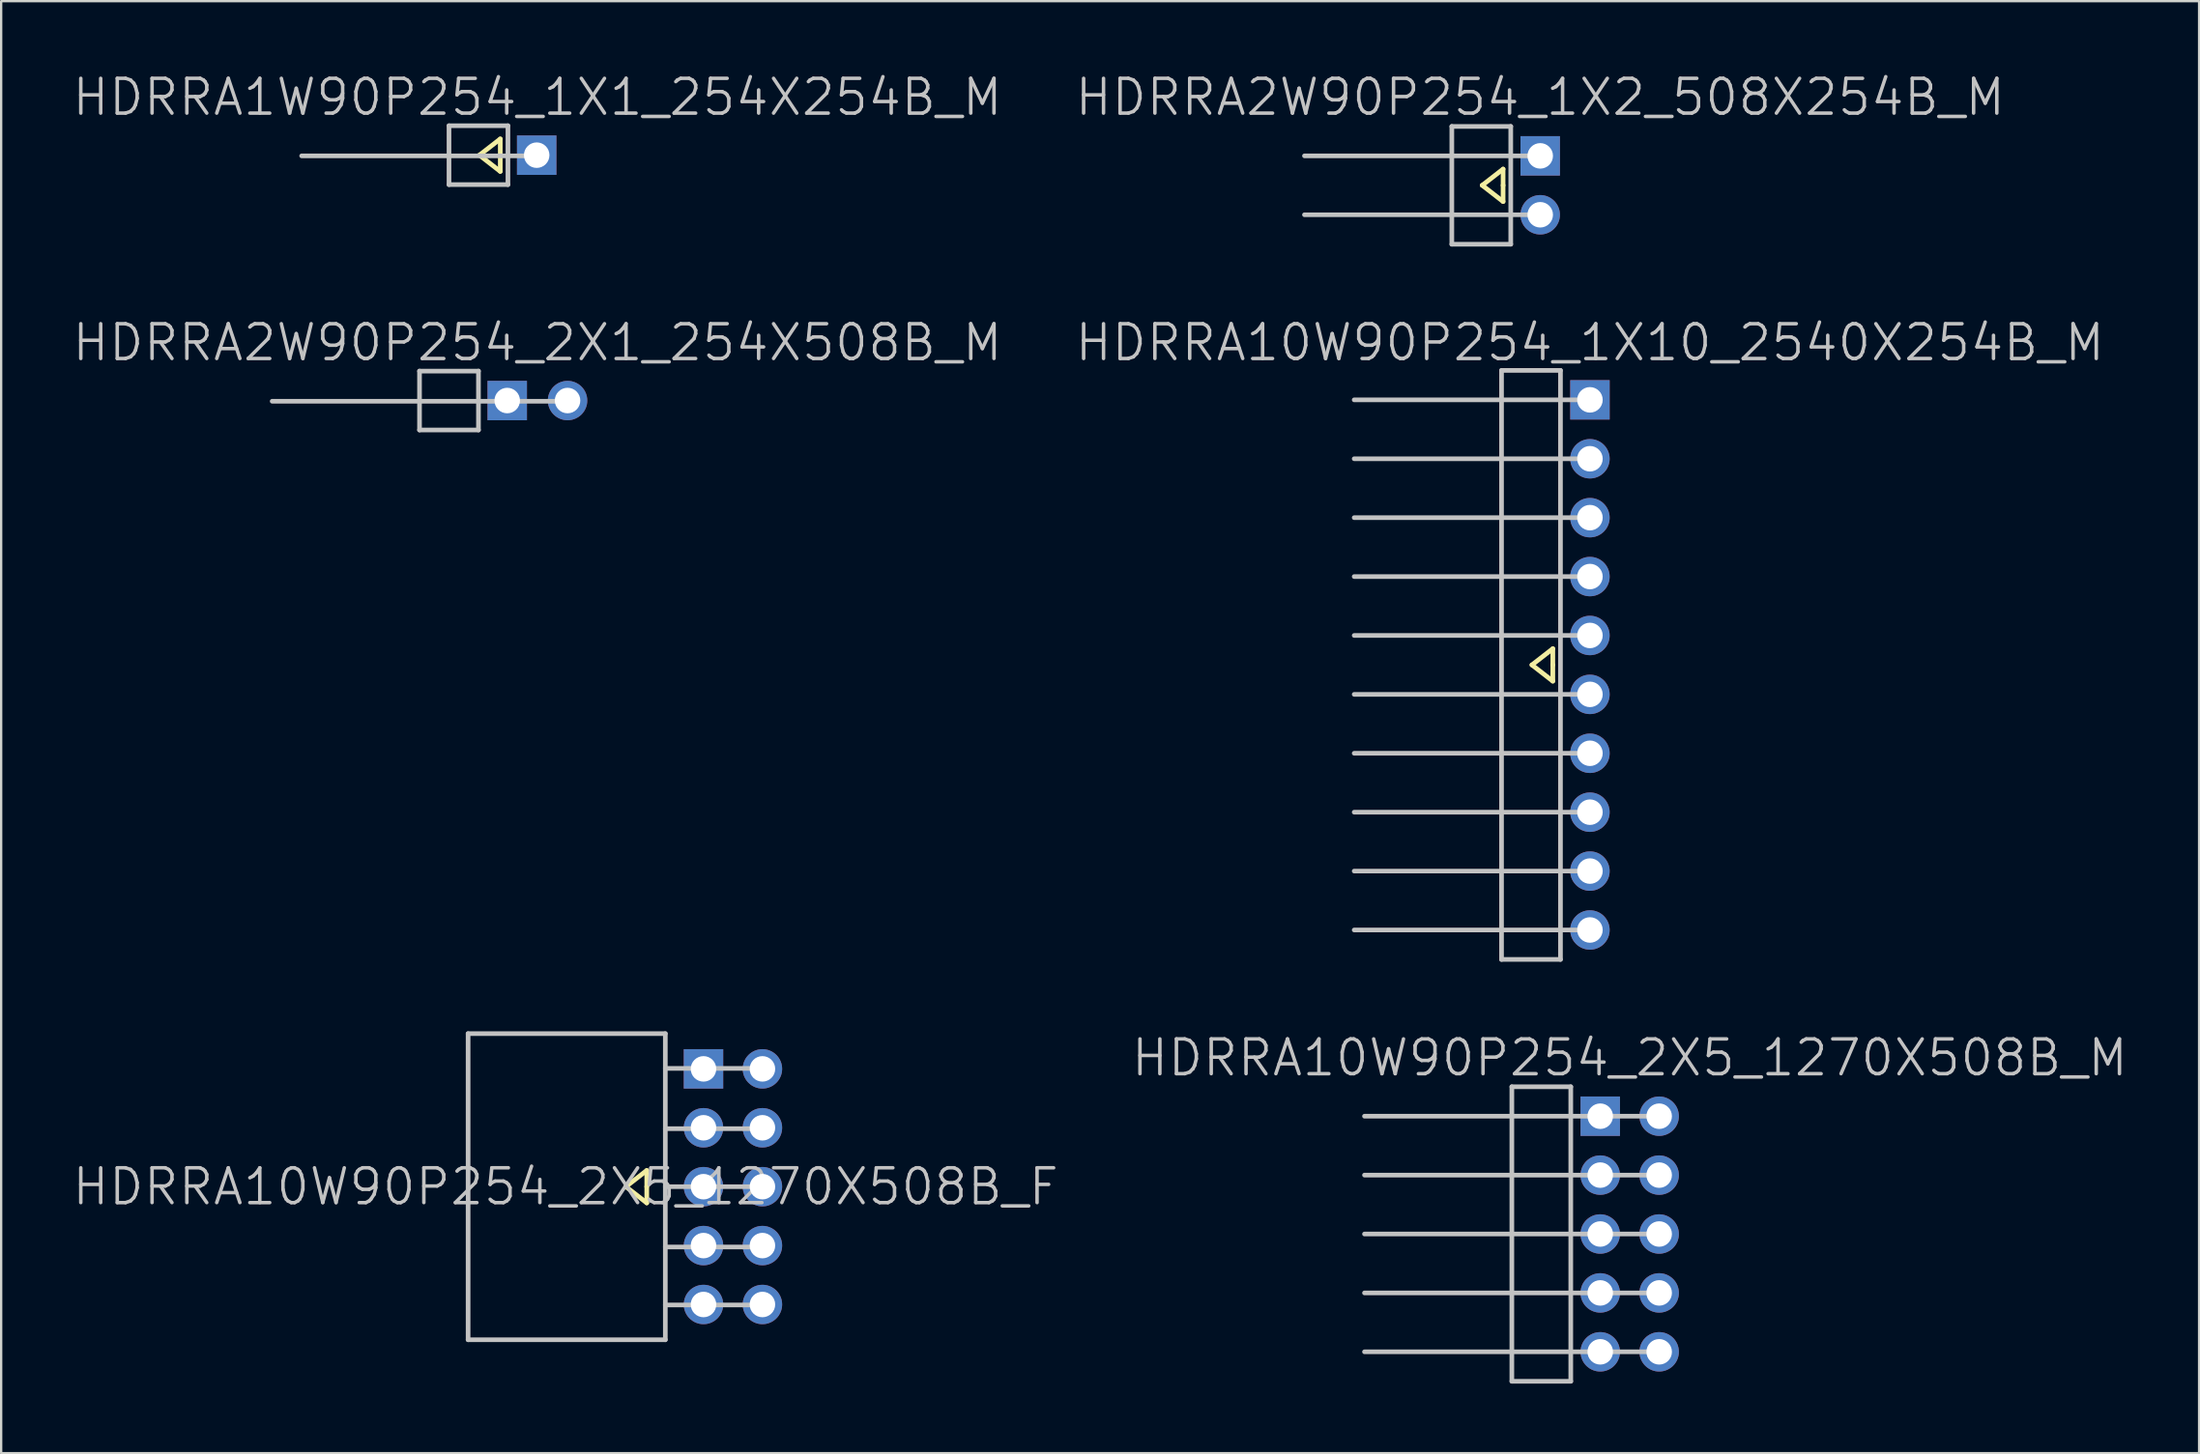
<source format=kicad_pcb>
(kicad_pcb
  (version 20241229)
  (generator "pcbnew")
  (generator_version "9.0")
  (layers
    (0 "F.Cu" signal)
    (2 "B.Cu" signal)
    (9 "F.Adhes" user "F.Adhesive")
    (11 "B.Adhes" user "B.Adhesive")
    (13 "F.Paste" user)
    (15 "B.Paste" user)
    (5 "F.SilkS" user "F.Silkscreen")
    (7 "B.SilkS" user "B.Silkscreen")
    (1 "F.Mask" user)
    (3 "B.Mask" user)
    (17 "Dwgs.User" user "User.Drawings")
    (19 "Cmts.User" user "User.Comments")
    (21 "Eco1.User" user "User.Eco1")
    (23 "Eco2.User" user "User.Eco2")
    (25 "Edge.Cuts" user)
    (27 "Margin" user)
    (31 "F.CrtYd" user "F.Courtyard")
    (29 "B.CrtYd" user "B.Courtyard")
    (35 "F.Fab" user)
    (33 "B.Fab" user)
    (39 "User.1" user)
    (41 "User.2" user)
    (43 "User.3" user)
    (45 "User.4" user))
  (footprint "HDRRA2W90P254_1X2_508X254B_M"
    (layer "F.Cu")
    (at 63.332 4.941)
    (property "Reference" "HDRRA2W90P254_1X2_508X254B_M" (at 0 -3.8 180) (layer "Dwgs.User") (effects (font (size 1.5 1.5) (thickness 0.15))))
    (attr through_hole)
    (fp_line (start -2.5 0) (end -1.6 0.7) (stroke (width 0.2) (type solid)) (layer "F.SilkS"))
    (fp_line (start -1.6 -0.7) (end -2.5 0) (stroke (width 0.2) (type solid)) (layer "F.SilkS"))
    (fp_line (start -1.6 0) (end -1.6 -0.7) (stroke (width 0.2) (type solid)) (layer "F.SilkS"))
    (fp_line (start -1.6 0.7) (end -1.6 0) (stroke (width 0.2) (type solid)) (layer "F.SilkS"))
    (fp_line (start -3.81 -2.54) (end -3.81 2.54) (stroke (width 0.2) (type solid)) (layer "Dwgs.User"))
    (fp_line (start -3.81 -2.54) (end -1.27 -2.54) (stroke (width 0.2) (type solid)) (layer "Dwgs.User"))
    (fp_line (start -3.81 2.54) (end -1.27 2.54) (stroke (width 0.2) (type solid)) (layer "Dwgs.User"))
    (fp_line (start -1.27 2.54) (end -1.27 -2.54) (stroke (width 0.2) (type solid)) (layer "Dwgs.User"))
    (fp_line (start 0 -1.27) (end -10.16 -1.27) (stroke (width 0.2) (type solid)) (layer "Dwgs.User"))
    (fp_line (start 0 1.27) (end -10.16 1.27) (stroke (width 0.2) (type solid)) (layer "Dwgs.User"))
    (pad "1" thru_hole rect (at 0 -1.27) (size 1.7 1.7) (drill 1.1) (layers "*.Cu" "*.Mask"))
    (pad "2" thru_hole circle (at 0 1.27 270) (size 1.7 1.7) (drill 1.1) (layers "*.Cu" "*.Mask")))
  (footprint "HDRRA10W90P254_2X5_1270X508B_M"
    (layer "F.Cu")
    (at 67.189 50.162)
    (property "Reference" "HDRRA10W90P254_2X5_1270X508B_M" (at 0 -7.6 180) (layer "Dwgs.User") (effects (font (size 1.5 1.5) (thickness 0.15))))
    (attr through_hole)
    (fp_line (start -11.43 0) (end 1.27 0) (stroke (width 0.2) (type solid)) (layer "Dwgs.User"))
    (fp_line (start -5.08 -6.35) (end -2.54 -6.35) (stroke (width 0.2) (type solid)) (layer "Dwgs.User"))
    (fp_line (start -5.08 6.35) (end -5.08 -6.35) (stroke (width 0.2) (type solid)) (layer "Dwgs.User"))
    (fp_line (start -2.54 -6.35) (end -2.54 6.35) (stroke (width 0.2) (type solid)) (layer "Dwgs.User"))
    (fp_line (start -2.54 6.35) (end -5.08 6.35) (stroke (width 0.2) (type solid)) (layer "Dwgs.User"))
    (fp_line (start 1.27 -5.08) (end -11.43 -5.08) (stroke (width 0.2) (type solid)) (layer "Dwgs.User"))
    (fp_line (start 1.27 -2.54) (end -11.43 -2.54) (stroke (width 0.2) (type solid)) (layer "Dwgs.User"))
    (fp_line (start 1.27 2.54) (end -11.43 2.54) (stroke (width 0.2) (type solid)) (layer "Dwgs.User"))
    (fp_line (start 1.27 5.08) (end -11.43 5.08) (stroke (width 0.2) (type solid)) (layer "Dwgs.User"))
    (pad "1" thru_hole rect (at -1.27 -5.08) (size 1.7 1.7) (drill 1.1) (layers "*.Cu" "*.Mask"))
    (pad "2" thru_hole circle (at 1.27 -5.08 270) (size 1.7 1.7) (drill 1.1) (layers "*.Cu" "*.Mask"))
    (pad "3" thru_hole circle (at -1.27 -2.54 270) (size 1.7 1.7) (drill 1.1) (layers "*.Cu" "*.Mask"))
    (pad "4" thru_hole circle (at 1.27 -2.54 270) (size 1.7 1.7) (drill 1.1) (layers "*.Cu" "*.Mask"))
    (pad "5" thru_hole circle (at -1.27 0 270) (size 1.7 1.7) (drill 1.1) (layers "*.Cu" "*.Mask"))
    (pad "6" thru_hole circle (at 1.27 0 270) (size 1.7 1.7) (drill 1.1) (layers "*.Cu" "*.Mask"))
    (pad "7" thru_hole circle (at -1.27 2.54 270) (size 1.7 1.7) (drill 1.1) (layers "*.Cu" "*.Mask"))
    (pad "8" thru_hole circle (at 1.27 2.54 270) (size 1.7 1.7) (drill 1.1) (layers "*.Cu" "*.Mask"))
    (pad "9" thru_hole circle (at -1.27 5.08 270) (size 1.7 1.7) (drill 1.1) (layers "*.Cu" "*.Mask"))
    (pad "10" thru_hole circle (at 1.27 5.08 270) (size 1.7 1.7) (drill 1.1) (layers "*.Cu" "*.Mask")))
  (footprint "HDRRA10W90P254_1X10_2540X254B_M"
    (layer "F.Cu")
    (at 65.475 25.622)
    (property "Reference" "HDRRA10W90P254_1X10_2540X254B_M" (at 0 -13.9 180) (layer "Dwgs.User") (effects (font (size 1.5 1.5) (thickness 0.15))))
    (attr through_hole)
    (fp_line (start -2.5 0) (end -1.6 0.7) (stroke (width 0.2) (type solid)) (layer "F.SilkS"))
    (fp_line (start -1.6 -0.7) (end -2.5 0) (stroke (width 0.2) (type solid)) (layer "F.SilkS"))
    (fp_line (start -1.6 0) (end -1.6 -0.7) (stroke (width 0.2) (type solid)) (layer "F.SilkS"))
    (fp_line (start -1.6 0.7) (end -1.6 0) (stroke (width 0.2) (type solid)) (layer "F.SilkS"))
    (fp_line (start -10.16 -6.35) (end 0 -6.35) (stroke (width 0.2) (type solid)) (layer "Dwgs.User"))
    (fp_line (start -3.81 -12.7) (end -1.27 -12.7) (stroke (width 0.2) (type solid)) (layer "Dwgs.User"))
    (fp_line (start -3.81 12.7) (end -3.81 -12.7) (stroke (width 0.2) (type solid)) (layer "Dwgs.User"))
    (fp_line (start -1.27 -12.7) (end -1.27 12.7) (stroke (width 0.2) (type solid)) (layer "Dwgs.User"))
    (fp_line (start -1.27 12.7) (end -3.81 12.7) (stroke (width 0.2) (type solid)) (layer "Dwgs.User"))
    (fp_line (start 0 -11.43) (end -10.16 -11.43) (stroke (width 0.2) (type solid)) (layer "Dwgs.User"))
    (fp_line (start 0 -8.89) (end -10.16 -8.89) (stroke (width 0.2) (type solid)) (layer "Dwgs.User"))
    (fp_line (start 0 -3.81) (end -10.16 -3.81) (stroke (width 0.2) (type solid)) (layer "Dwgs.User"))
    (fp_line (start 0 -1.27) (end -10.16 -1.27) (stroke (width 0.2) (type solid)) (layer "Dwgs.User"))
    (fp_line (start 0 1.27) (end -10.16 1.27) (stroke (width 0.2) (type solid)) (layer "Dwgs.User"))
    (fp_line (start 0 3.81) (end -10.16 3.81) (stroke (width 0.2) (type solid)) (layer "Dwgs.User"))
    (fp_line (start 0 6.35) (end -10.16 6.35) (stroke (width 0.2) (type solid)) (layer "Dwgs.User"))
    (fp_line (start 0 8.89) (end -10.16 8.89) (stroke (width 0.2) (type solid)) (layer "Dwgs.User"))
    (fp_line (start 0 11.43) (end -10.16 11.43) (stroke (width 0.2) (type solid)) (layer "Dwgs.User"))
    (pad "1" thru_hole rect (at 0 -11.43) (size 1.7 1.7) (drill 1.1) (layers "*.Cu" "*.Mask"))
    (pad "2" thru_hole circle (at 0 -8.89 270) (size 1.7 1.7) (drill 1.1) (layers "*.Cu" "*.Mask"))
    (pad "3" thru_hole circle (at 0 -6.35 270) (size 1.7 1.7) (drill 1.1) (layers "*.Cu" "*.Mask"))
    (pad "4" thru_hole circle (at 0 -3.81 270) (size 1.7 1.7) (drill 1.1) (layers "*.Cu" "*.Mask"))
    (pad "5" thru_hole circle (at 0 -1.27 270) (size 1.7 1.7) (drill 1.1) (layers "*.Cu" "*.Mask"))
    (pad "6" thru_hole circle (at 0 1.27 270) (size 1.7 1.7) (drill 1.1) (layers "*.Cu" "*.Mask"))
    (pad "7" thru_hole circle (at 0 3.81 270) (size 1.7 1.7) (drill 1.1) (layers "*.Cu" "*.Mask"))
    (pad "8" thru_hole circle (at 0 6.35 270) (size 1.7 1.7) (drill 1.1) (layers "*.Cu" "*.Mask"))
    (pad "9" thru_hole circle (at 0 8.89 270) (size 1.7 1.7) (drill 1.1) (layers "*.Cu" "*.Mask"))
    (pad "10" thru_hole circle (at 0 11.43 270) (size 1.7 1.7) (drill 1.1) (layers "*.Cu" "*.Mask")))
  (footprint "HDRRA1W90P254_1X1_254X254B_M"
    (layer "F.Cu")
    (at 20.111 3.641)
    (property "Reference" "HDRRA1W90P254_1X1_254X254B_M" (at 0 -2.5 180) (layer "Dwgs.User") (effects (font (size 1.5 1.5) (thickness 0.15))))
    (attr through_hole)
    (fp_line (start -2.5 0) (end -1.6 0.7) (stroke (width 0.2) (type solid)) (layer "F.SilkS"))
    (fp_line (start -1.6 -0.7) (end -2.5 0) (stroke (width 0.2) (type solid)) (layer "F.SilkS"))
    (fp_line (start -1.6 0) (end -1.6 -0.7) (stroke (width 0.2) (type solid)) (layer "F.SilkS"))
    (fp_line (start -1.6 0.7) (end -1.6 0) (stroke (width 0.2) (type solid)) (layer "F.SilkS"))
    (fp_line (start -3.81 -1.27) (end -1.27 -1.27) (stroke (width 0.2) (type solid)) (layer "Dwgs.User"))
    (fp_line (start -3.81 1.27) (end -3.81 -1.27) (stroke (width 0.2) (type solid)) (layer "Dwgs.User"))
    (fp_line (start -1.27 -1.27) (end -1.27 1.27) (stroke (width 0.2) (type solid)) (layer "Dwgs.User"))
    (fp_line (start -1.27 1.27) (end -3.81 1.27) (stroke (width 0.2) (type solid)) (layer "Dwgs.User"))
    (fp_line (start 0 0.03) (end -10.16 0.03) (stroke (width 0.2) (type solid)) (layer "Dwgs.User"))
    (pad "1" thru_hole rect (at -0.03 0) (size 1.7 1.7) (drill 1.1) (layers "*.Cu" "*.Mask")))
  (footprint "HDRRA10W90P254_2X5_1270X508B_F"
    (layer "F.Cu")
    (at 23.625 48.121)
    (property "Reference" "HDRRA10W90P254_2X5_1270X508B_F" (at -2.3 0 180) (layer "Dwgs.User") (effects (font (size 1.5 1.5) (thickness 0.15))))
    (attr through_hole)
    (fp_line (start 0.3 0) (end 1.2 0.7) (stroke (width 0.2) (type solid)) (layer "F.SilkS"))
    (fp_line (start 1.2 -0.7) (end 0.3 0) (stroke (width 0.2) (type solid)) (layer "F.SilkS"))
    (fp_line (start 1.2 0) (end 1.2 -0.7) (stroke (width 0.2) (type solid)) (layer "F.SilkS"))
    (fp_line (start 1.2 0.7) (end 1.2 0) (stroke (width 0.2) (type solid)) (layer "F.SilkS"))
    (fp_line (start -6.5 -6.6) (end -6.5 6.6) (stroke (width 0.2) (type solid)) (layer "Dwgs.User"))
    (fp_line (start 2 -6.6) (end -6.5 -6.6) (stroke (width 0.2) (type solid)) (layer "Dwgs.User"))
    (fp_line (start 2 -6.6) (end 2 6.6) (stroke (width 0.2) (type solid)) (layer "Dwgs.User"))
    (fp_line (start 2 6.6) (end -6.5 6.6) (stroke (width 0.2) (type solid)) (layer "Dwgs.User"))
    (fp_line (start 6.2 -5.1) (end 2 -5.1) (stroke (width 0.2) (type solid)) (layer "Dwgs.User"))
    (fp_line (start 6.2 -2.5) (end 2 -2.5) (stroke (width 0.2) (type solid)) (layer "Dwgs.User"))
    (fp_line (start 6.2 0) (end 2 0) (stroke (width 0.2) (type solid)) (layer "Dwgs.User"))
    (fp_line (start 6.2 2.6) (end 2 2.6) (stroke (width 0.2) (type solid)) (layer "Dwgs.User"))
    (fp_line (start 6.2 5.1) (end 2 5.1) (stroke (width 0.2) (type solid)) (layer "Dwgs.User"))
    (pad "1" thru_hole rect (at 3.645 -5.08) (size 1.7 1.7) (drill 1.1) (layers "*.Cu" "*.Mask"))
    (pad "2" thru_hole circle (at 6.185 -5.08 270) (size 1.7 1.7) (drill 1.1) (layers "*.Cu" "*.Mask"))
    (pad "3" thru_hole circle (at 3.645 -2.54 270) (size 1.7 1.7) (drill 1.1) (layers "*.Cu" "*.Mask"))
    (pad "4" thru_hole circle (at 6.185 -2.54 270) (size 1.7 1.7) (drill 1.1) (layers "*.Cu" "*.Mask"))
    (pad "5" thru_hole circle (at 3.645 0 270) (size 1.7 1.7) (drill 1.1) (layers "*.Cu" "*.Mask"))
    (pad "6" thru_hole circle (at 6.185 0 270) (size 1.7 1.7) (drill 1.1) (layers "*.Cu" "*.Mask"))
    (pad "7" thru_hole circle (at 3.645 2.54 270) (size 1.7 1.7) (drill 1.1) (layers "*.Cu" "*.Mask"))
    (pad "8" thru_hole circle (at 6.185 2.54 270) (size 1.7 1.7) (drill 1.1) (layers "*.Cu" "*.Mask"))
    (pad "9" thru_hole circle (at 3.645 5.08 270) (size 1.7 1.7) (drill 1.1) (layers "*.Cu" "*.Mask"))
    (pad "10" thru_hole circle (at 6.185 5.08 270) (size 1.7 1.7) (drill 1.1) (layers "*.Cu" "*.Mask")))
  (footprint "HDRRA2W90P254_2X1_254X508B_M"
    (layer "F.Cu")
    (at 20.111 14.222)
    (property "Reference" "HDRRA2W90P254_2X1_254X508B_M" (at 0 -2.5 180) (layer "Dwgs.User") (effects (font (size 1.5 1.5) (thickness 0.15))))
    (attr through_hole)
    (fp_line (start -5.08 -1.27) (end -2.54 -1.27) (stroke (width 0.2) (type solid)) (layer "Dwgs.User"))
    (fp_line (start -5.08 1.27) (end -5.08 -1.27) (stroke (width 0.2) (type solid)) (layer "Dwgs.User"))
    (fp_line (start -2.54 -1.27) (end -2.54 1.27) (stroke (width 0.2) (type solid)) (layer "Dwgs.User"))
    (fp_line (start -2.54 1.27) (end -5.08 1.27) (stroke (width 0.2) (type solid)) (layer "Dwgs.User"))
    (fp_line (start 1.27 0.03) (end -11.43 0.03) (stroke (width 0.2) (type solid)) (layer "Dwgs.User"))
    (pad "1" thru_hole rect (at -1.3 0) (size 1.7 1.7) (drill 1.1) (layers "*.Cu" "*.Mask"))
    (pad "2" thru_hole circle (at 1.3 0 270) (size 1.7 1.7) (drill 1.1) (layers "*.Cu" "*.Mask")))
  (gr_rect
    (start -3 -3)
    (end 91.729 59.612)
    (stroke (width 0.1) (type default))
    (fill no)
    (layer "Edge.Cuts")))
</source>
